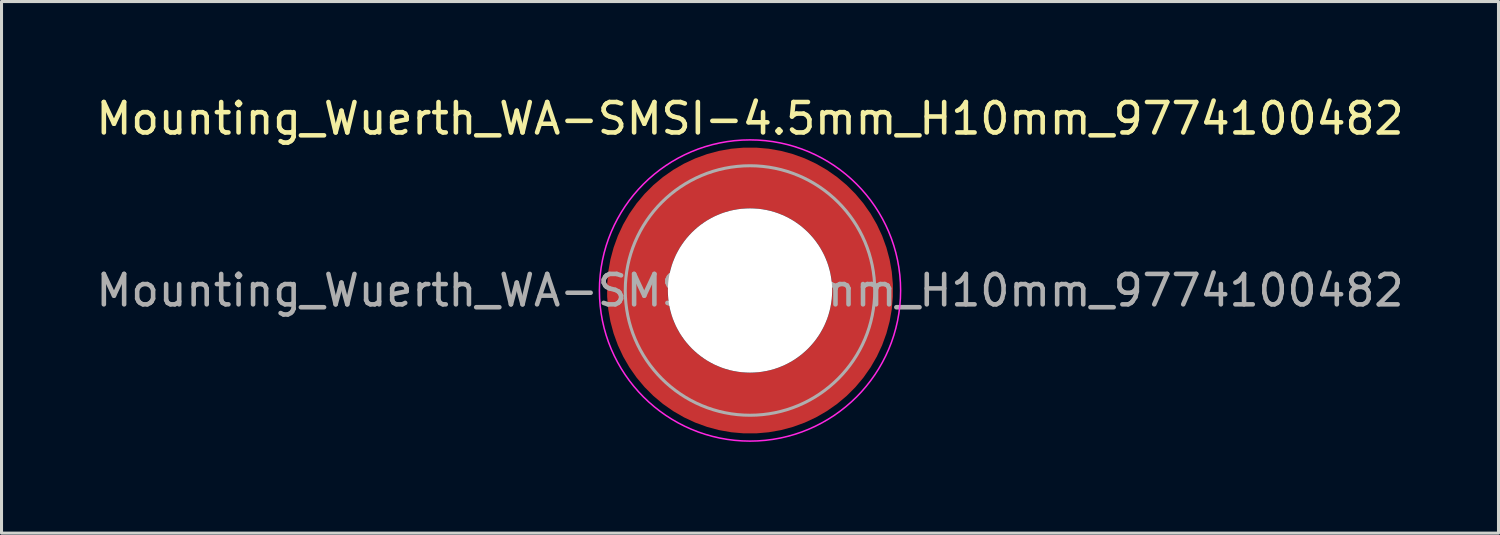
<source format=kicad_pcb>
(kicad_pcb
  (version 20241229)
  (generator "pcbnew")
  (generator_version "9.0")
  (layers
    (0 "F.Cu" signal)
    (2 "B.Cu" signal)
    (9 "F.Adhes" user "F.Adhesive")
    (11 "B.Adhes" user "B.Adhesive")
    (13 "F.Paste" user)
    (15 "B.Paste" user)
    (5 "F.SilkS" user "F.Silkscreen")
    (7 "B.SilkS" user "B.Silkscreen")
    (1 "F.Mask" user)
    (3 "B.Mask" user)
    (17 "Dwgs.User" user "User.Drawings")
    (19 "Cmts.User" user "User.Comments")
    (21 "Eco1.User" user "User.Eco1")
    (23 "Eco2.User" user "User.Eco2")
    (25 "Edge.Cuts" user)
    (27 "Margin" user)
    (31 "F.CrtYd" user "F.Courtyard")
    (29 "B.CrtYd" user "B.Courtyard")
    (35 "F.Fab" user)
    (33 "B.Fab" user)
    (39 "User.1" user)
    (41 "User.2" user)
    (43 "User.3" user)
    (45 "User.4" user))
  (footprint "Mounting_Wuerth_WA-SMSI-4.5mm_H10mm_9774100482"
    (layer "F.Cu")
    (at 21.601 6.498)
    (property "Reference" "Mounting_Wuerth_WA-SMSI-4.5mm_H10mm_9774100482" (at 0 -5.65 0) (layer "F.SilkS") (effects (font (size 1 1) (thickness 0.15))))
    (attr smd)
    (fp_circle (center 0 0) (end 4.95 0) (stroke (width 0.05) (type solid)) (fill no) (layer "F.CrtYd"))
    (fp_circle (center 0 0) (end 4.1 0) (stroke (width 0.1) (type solid)) (fill no) (layer "F.Fab"))
    (fp_text user "${REFERENCE}" (at 0 0 0) (layer "F.Fab") (effects (font (size 1 1) (thickness 0.15))))
    (pad "" smd custom (at -2.607 -2.607) (size 1.495 1.495) (layers "F.Paste") (options (anchor circle)) (primitives (gr_arc (start -0.188183 2.107456) (mid 0.599273 0.599273) (end 2.107456 -0.188183) (width 0.2)) (gr_arc (start -0.289416 2.107456) (mid 0.52877 0.52877) (end 2.107456 -0.289416) (width 0.2)) (gr_arc (start -0.390547 2.107456) (mid 0.458268 0.458268) (end 2.107456 -0.390547) (width 0.2)) (gr_arc (start -0.491585 2.107456) (mid 0.387765 0.387765) (end 2.107456 -0.491585) (width 0.2)) (gr_arc (start -0.59254 2.107456) (mid 0.317262 0.317262) (end 2.107456 -0.59254) (width 0.2)) (gr_arc (start -0.693419 2.107456) (mid 0.24676 0.24676) (end 2.107456 -0.693419) (width 0.2)) (gr_arc (start -0.794229 2.107456) (mid 0.176257 0.176257) (end 2.107456 -0.794229) (width 0.2)) (gr_arc (start -0.894975 2.107456) (mid 0.105754 0.105754) (end 2.107456 -0.894975) (width 0.2)) (gr_arc (start -0.995664 2.107456) (mid 0.035251 0.035251) (end 2.107456 -0.995664) (width 0.2)) (gr_arc (start -1.0963 2.107456) (mid -0.035252 -0.035252) (end 2.107456 -1.0963) (width 0.2)) (gr_arc (start -1.196886 2.107456) (mid -0.105754 -0.105754) (end 2.107456 -1.196886) (width 0.2)) (gr_arc (start -1.297427 2.107456) (mid -0.176257 -0.176257) (end 2.107456 -1.297427) (width 0.2)) (gr_arc (start -1.397927 2.107456) (mid -0.24676 -0.24676) (end 2.107456 -1.397927) (width 0.2)) (gr_arc (start -1.498388 2.107456) (mid -0.317262 -0.317262) (end 2.107456 -1.498388) (width 0.2)) (gr_arc (start -1.598813 2.107456) (mid -0.387765 -0.387765) (end 2.107456 -1.598813) (width 0.2)) (gr_arc (start -1.699204 2.107456) (mid -0.458267 -0.458267) (end 2.107456 -1.699204) (width 0.2)) (gr_arc (start -1.799565 2.107456) (mid -0.528771 -0.528771) (end 2.107456 -1.799565) (width 0.2)) (gr_arc (start -1.899896 2.107456) (mid -0.599273 -0.599273) (end 2.107456 -1.899896) (width 0.2)) (gr_arc (start -1.899896 2.107456) (mid -0.599273 -0.599273) (end 2.107456 -1.899896) (width 0.2)) (gr_line (start 2.107 -0.188) (end 2.107 -1.9) (width 0.2)) (gr_line (start -0.188 2.107) (end -1.9 2.107) (width 0.2))))
    (pad "" smd custom (at -2.607 2.607) (size 1.495 1.495) (layers "F.Paste") (options (anchor circle)) (primitives (gr_arc (start 2.107456 0.188183) (mid 0.599273 -0.599273) (end -0.188183 -2.107456) (width 0.2)) (gr_arc (start 2.107456 0.289416) (mid 0.52877 -0.52877) (end -0.289416 -2.107456) (width 0.2)) (gr_arc (start 2.107456 0.390547) (mid 0.458268 -0.458268) (end -0.390547 -2.107456) (width 0.2)) (gr_arc (start 2.107456 0.491585) (mid 0.387765 -0.387765) (end -0.491585 -2.107456) (width 0.2)) (gr_arc (start 2.107456 0.59254) (mid 0.317262 -0.317262) (end -0.59254 -2.107456) (width 0.2)) (gr_arc (start 2.107456 0.693419) (mid 0.24676 -0.24676) (end -0.693419 -2.107456) (width 0.2)) (gr_arc (start 2.107456 0.794229) (mid 0.176257 -0.176257) (end -0.794229 -2.107456) (width 0.2)) (gr_arc (start 2.107456 0.894975) (mid 0.105754 -0.105754) (end -0.894975 -2.107456) (width 0.2)) (gr_arc (start 2.107456 0.995664) (mid 0.035251 -0.035251) (end -0.995664 -2.107456) (width 0.2)) (gr_arc (start 2.107456 1.0963) (mid -0.035252 0.035252) (end -1.0963 -2.107456) (width 0.2)) (gr_arc (start 2.107456 1.196886) (mid -0.105754 0.105754) (end -1.196886 -2.107456) (width 0.2)) (gr_arc (start 2.107456 1.297427) (mid -0.176257 0.176257) (end -1.297427 -2.107456) (width 0.2)) (gr_arc (start 2.107456 1.397927) (mid -0.24676 0.24676) (end -1.397927 -2.107456) (width 0.2)) (gr_arc (start 2.107456 1.498388) (mid -0.317262 0.317262) (end -1.498388 -2.107456) (width 0.2)) (gr_arc (start 2.107456 1.598813) (mid -0.387765 0.387765) (end -1.598813 -2.107456) (width 0.2)) (gr_arc (start 2.107456 1.699204) (mid -0.458267 0.458267) (end -1.699204 -2.107456) (width 0.2)) (gr_arc (start 2.107456 1.799565) (mid -0.528771 0.528771) (end -1.799565 -2.107456) (width 0.2)) (gr_arc (start 2.107456 1.899896) (mid -0.599273 0.599273) (end -1.899896 -2.107456) (width 0.2)) (gr_arc (start 2.107456 1.899896) (mid -0.599273 0.599273) (end -1.899896 -2.107456) (width 0.2)) (gr_line (start -0.188 -2.107) (end -1.9 -2.107) (width 0.2)) (gr_line (start 2.107 0.188) (end 2.107 1.9) (width 0.2))))
    (pad "" np_thru_hole circle (at 0 0) (size 5.4 5.4) (drill 5.4) (layers "*.Cu" "*.Mask"))
    (pad "" smd custom (at 2.607 -2.607) (size 1.495 1.495) (layers "F.Paste") (options (anchor circle)) (primitives (gr_arc (start -2.107456 -0.188183) (mid -0.599273 0.599273) (end 0.188183 2.107456) (width 0.2)) (gr_arc (start -2.107456 -0.289416) (mid -0.52877 0.52877) (end 0.289416 2.107456) (width 0.2)) (gr_arc (start -2.107456 -0.390547) (mid -0.458268 0.458268) (end 0.390547 2.107456) (width 0.2)) (gr_arc (start -2.107456 -0.491585) (mid -0.387765 0.387765) (end 0.491585 2.107456) (width 0.2)) (gr_arc (start -2.107456 -0.59254) (mid -0.317262 0.317262) (end 0.59254 2.107456) (width 0.2)) (gr_arc (start -2.107456 -0.693419) (mid -0.24676 0.24676) (end 0.693419 2.107456) (width 0.2)) (gr_arc (start -2.107456 -0.794229) (mid -0.176257 0.176257) (end 0.794229 2.107456) (width 0.2)) (gr_arc (start -2.107456 -0.894975) (mid -0.105754 0.105754) (end 0.894975 2.107456) (width 0.2)) (gr_arc (start -2.107456 -0.995664) (mid -0.035251 0.035251) (end 0.995664 2.107456) (width 0.2)) (gr_arc (start -2.107456 -1.0963) (mid 0.035252 -0.035252) (end 1.0963 2.107456) (width 0.2)) (gr_arc (start -2.107456 -1.196886) (mid 0.105754 -0.105754) (end 1.196886 2.107456) (width 0.2)) (gr_arc (start -2.107456 -1.297427) (mid 0.176257 -0.176257) (end 1.297427 2.107456) (width 0.2)) (gr_arc (start -2.107456 -1.397927) (mid 0.24676 -0.24676) (end 1.397927 2.107456) (width 0.2)) (gr_arc (start -2.107456 -1.498388) (mid 0.317262 -0.317262) (end 1.498388 2.107456) (width 0.2)) (gr_arc (start -2.107456 -1.598813) (mid 0.387765 -0.387765) (end 1.598813 2.107456) (width 0.2)) (gr_arc (start -2.107456 -1.699204) (mid 0.458267 -0.458267) (end 1.699204 2.107456) (width 0.2)) (gr_arc (start -2.107456 -1.799565) (mid 0.528771 -0.528771) (end 1.799565 2.107456) (width 0.2)) (gr_arc (start -2.107456 -1.899896) (mid 0.599273 -0.599273) (end 1.899896 2.107456) (width 0.2)) (gr_arc (start -2.107456 -1.899896) (mid 0.599273 -0.599273) (end 1.899896 2.107456) (width 0.2)) (gr_line (start 0.188 2.107) (end 1.9 2.107) (width 0.2)) (gr_line (start -2.107 -0.188) (end -2.107 -1.9) (width 0.2))))
    (pad "" smd custom (at 2.607 2.607) (size 1.495 1.495) (layers "F.Paste") (options (anchor circle)) (primitives (gr_arc (start 0.188183 -2.107456) (mid -0.599273 -0.599273) (end -2.107456 0.188183) (width 0.2)) (gr_arc (start 0.289416 -2.107456) (mid -0.52877 -0.52877) (end -2.107456 0.289416) (width 0.2)) (gr_arc (start 0.390547 -2.107456) (mid -0.458268 -0.458268) (end -2.107456 0.390547) (width 0.2)) (gr_arc (start 0.491585 -2.107456) (mid -0.387765 -0.387765) (end -2.107456 0.491585) (width 0.2)) (gr_arc (start 0.59254 -2.107456) (mid -0.317262 -0.317262) (end -2.107456 0.59254) (width 0.2)) (gr_arc (start 0.693419 -2.107456) (mid -0.24676 -0.24676) (end -2.107456 0.693419) (width 0.2)) (gr_arc (start 0.794229 -2.107456) (mid -0.176257 -0.176257) (end -2.107456 0.794229) (width 0.2)) (gr_arc (start 0.894975 -2.107456) (mid -0.105754 -0.105754) (end -2.107456 0.894975) (width 0.2)) (gr_arc (start 0.995664 -2.107456) (mid -0.035251 -0.035251) (end -2.107456 0.995664) (width 0.2)) (gr_arc (start 1.0963 -2.107456) (mid 0.035252 0.035252) (end -2.107456 1.0963) (width 0.2)) (gr_arc (start 1.196886 -2.107456) (mid 0.105754 0.105754) (end -2.107456 1.196886) (width 0.2)) (gr_arc (start 1.297427 -2.107456) (mid 0.176257 0.176257) (end -2.107456 1.297427) (width 0.2)) (gr_arc (start 1.397927 -2.107456) (mid 0.24676 0.24676) (end -2.107456 1.397927) (width 0.2)) (gr_arc (start 1.498388 -2.107456) (mid 0.317262 0.317262) (end -2.107456 1.498388) (width 0.2)) (gr_arc (start 1.598813 -2.107456) (mid 0.387765 0.387765) (end -2.107456 1.598813) (width 0.2)) (gr_arc (start 1.699204 -2.107456) (mid 0.458267 0.458267) (end -2.107456 1.699204) (width 0.2)) (gr_arc (start 1.799565 -2.107456) (mid 0.528771 0.528771) (end -2.107456 1.799565) (width 0.2)) (gr_arc (start 1.899896 -2.107456) (mid 0.599273 0.599273) (end -2.107456 1.899896) (width 0.2)) (gr_arc (start 1.899896 -2.107456) (mid 0.599273 0.599273) (end -2.107456 1.899896) (width 0.2)) (gr_line (start -2.107 0.188) (end -2.107 1.9) (width 0.2)) (gr_line (start 0.188 -2.107) (end 1.9 -2.107) (width 0.2))))
    (pad "1" smd circle (at -3.7 0) (size 1.6 1.6) (layers "F.Cu"))
    (pad "1" smd circle (at 0 -3.7) (size 1.6 1.6) (layers "F.Cu"))
    (pad "1" smd circle (at 0 3.7) (size 1.6 1.6) (layers "F.Cu"))
    (pad "1" smd custom (at 3.7 0) (size 1.6 1.6) (layers "F.Cu" "F.Mask") (options (anchor circle)) (primitives (gr_circle (center -3.7 0) (end 0 0) (width 2) (fill no)))))
  (gr_rect
    (start -3 -3)
    (end 46.202 14.473)
    (stroke (width 0.1) (type default))
    (fill no)
    (layer "Edge.Cuts")))
</source>
